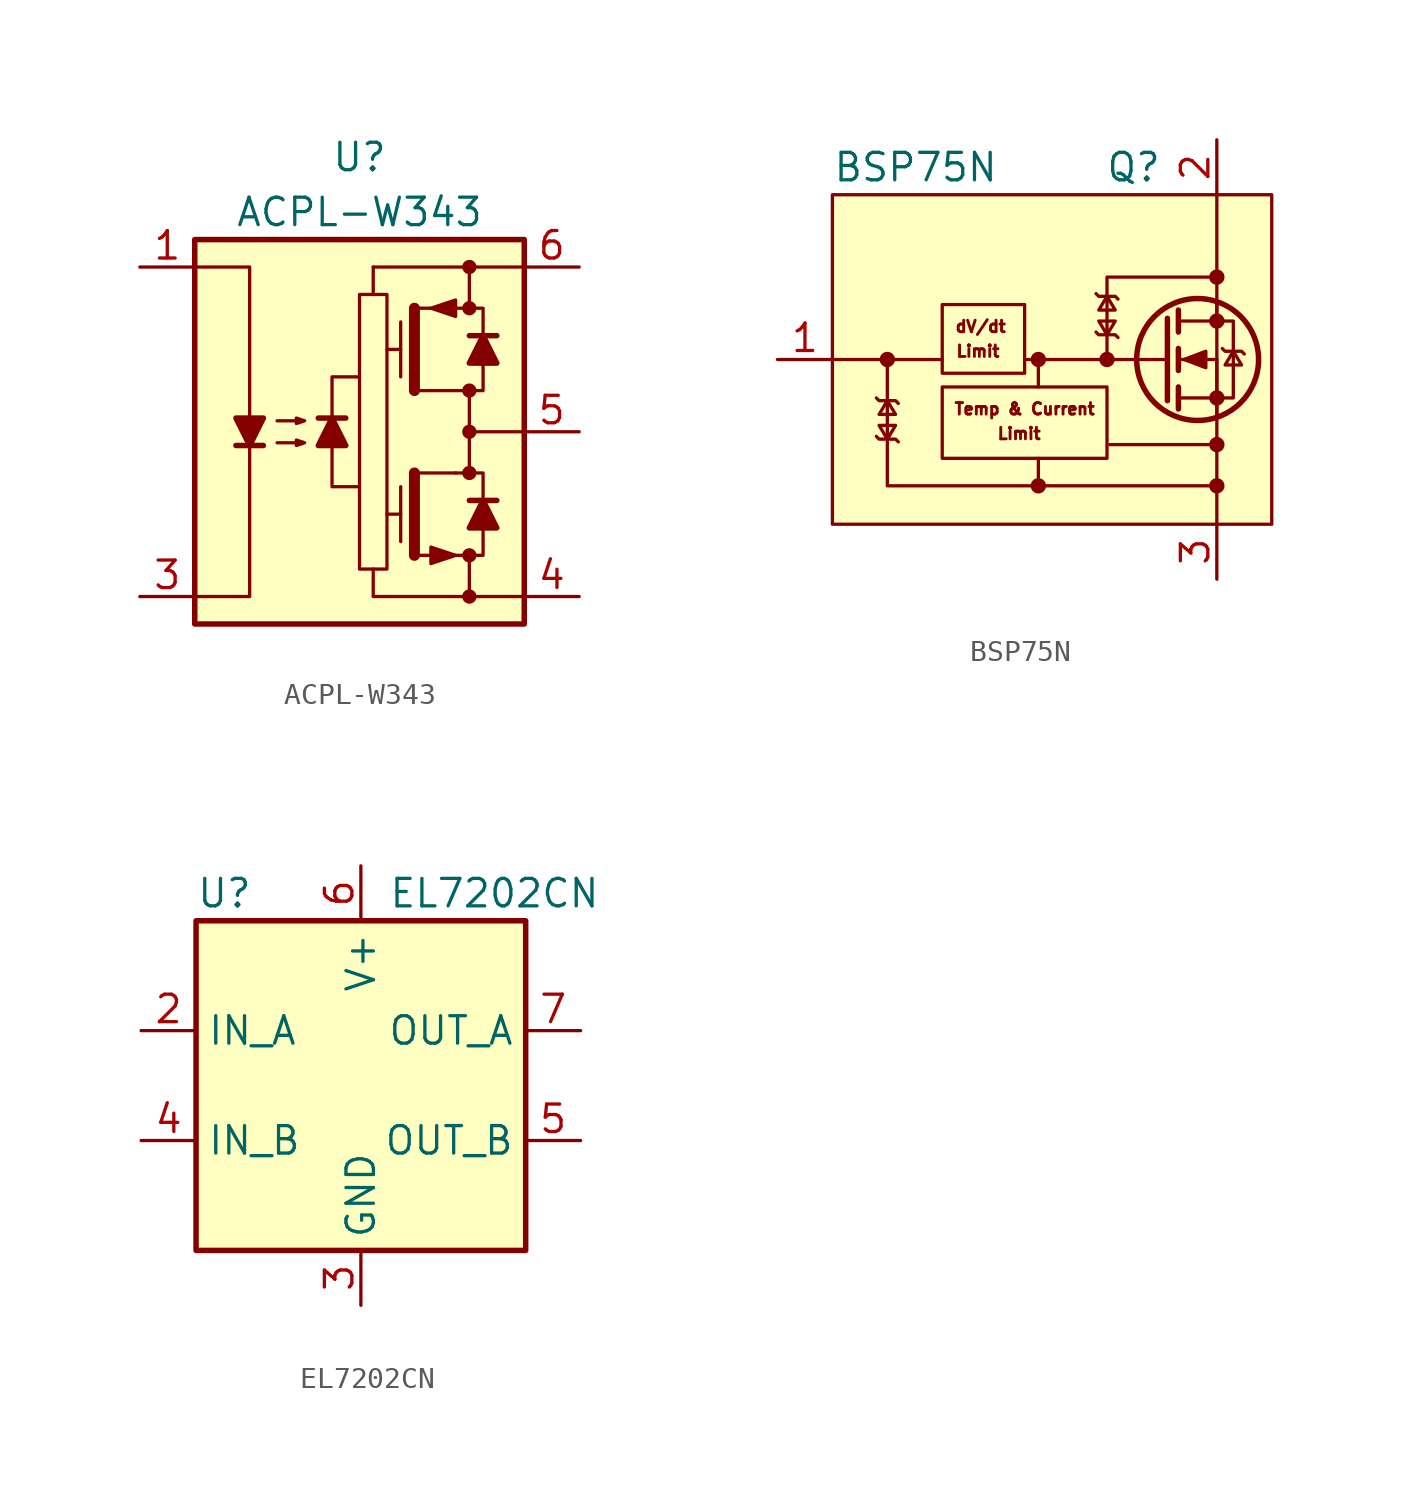
<source format=kicad_sym>
(kicad_symbol_lib
  (version 20211014)
  (generator kicad_symbol_editor)
  (symbol "ACPL-W343"
    (pin_names hide)
    (property "Reference" "U"
      (at 0 12.7 0)
      (effects (font (size 1.27 1.27))))
    (property "Value" "ACPL-W343"
      (at 0 10.16 0)
      (effects (font (size 1.27 1.27))))
    (symbol "ACPL-W343_0_1"
      (rectangle (start -7.62 8.89) (end 7.62 -8.89) (stroke (width 0.254) (type default) (color 0 0 0 0)) (fill (type background)))
      (polyline (pts (xy -5.715 -0.635) (xy -4.445 -0.635)) (stroke (width 0.254) (type default) (color 0 0 0 0)) (fill (type none)))
      (polyline (pts (xy -0.635 0.635) (xy -1.905 0.635)) (stroke (width 0.254) (type default) (color 0 0 0 0)) (fill (type none)))
      (polyline (pts (xy 1.27 -3.81) (xy 1.905 -3.81)) (stroke (width 0) (type default) (color 0 0 0 0)) (fill (type none)))
      (polyline (pts (xy 1.27 3.81) (xy 1.905 3.81)) (stroke (width 0) (type default) (color 0 0 0 0)) (fill (type none)))
      (polyline (pts (xy 1.905 -5.08) (xy 1.905 -2.54)) (stroke (width 0) (type default) (color 0 0 0 0)) (fill (type none)))
      (polyline (pts (xy 1.905 2.54) (xy 1.905 5.08)) (stroke (width 0) (type default) (color 0 0 0 0)) (fill (type none)))
      (polyline (pts (xy 2.54 -5.715) (xy 2.54 -1.905)) (stroke (width 0.508) (type default) (color 0 0 0 0)) (fill (type none)))
      (polyline (pts (xy 2.54 1.905) (xy 2.54 5.715)) (stroke (width 0.508) (type default) (color 0 0 0 0)) (fill (type none)))
      (polyline (pts (xy 4.445 -1.905) (xy 2.54 -1.905)) (stroke (width 0) (type default) (color 0 0 0 0)) (fill (type none)))
      (polyline (pts (xy 4.445 5.715) (xy 2.54 5.715)) (stroke (width 0) (type default) (color 0 0 0 0)) (fill (type none)))
      (polyline (pts (xy 5.08 -5.715) (xy 5.08 -7.62)) (stroke (width 0) (type default) (color 0 0 0 0)) (fill (type none)))
      (polyline (pts (xy 5.08 0) (xy 7.62 0)) (stroke (width 0) (type default) (color 0 0 0 0)) (fill (type none)))
      (polyline (pts (xy 5.08 1.905) (xy 5.08 -1.905)) (stroke (width 0) (type default) (color 0 0 0 0)) (fill (type none)))
      (polyline (pts (xy 5.08 7.62) (xy 5.08 5.715)) (stroke (width 0) (type default) (color 0 0 0 0)) (fill (type none)))
      (polyline (pts (xy 6.35 -3.175) (xy 5.08 -3.175)) (stroke (width 0.254) (type default) (color 0 0 0 0)) (fill (type none)))
      (polyline (pts (xy 6.35 4.445) (xy 5.08 4.445)) (stroke (width 0.254) (type default) (color 0 0 0 0)) (fill (type none)))
      (polyline (pts (xy 7.62 7.62) (xy 0.635 7.62)) (stroke (width 0) (type default) (color 0 0 0 0)) (fill (type none)))
      (polyline (pts (xy -1.27 -0.635) (xy -1.27 -2.54) (xy 0 -2.54)) (stroke (width 0) (type default) (color 0 0 0 0)) (fill (type none)))
      (polyline (pts (xy -1.27 0.635) (xy -1.27 2.54) (xy 0 2.54)) (stroke (width 0) (type default) (color 0 0 0 0)) (fill (type none)))
      (polyline (pts (xy 0.635 -6.35) (xy 0.635 -7.62) (xy 7.62 -7.62)) (stroke (width 0) (type default) (color 0 0 0 0)) (fill (type none)))
      (polyline (pts (xy 4.445 -1.905) (xy 5.715 -1.905) (xy 5.715 -3.175)) (stroke (width 0) (type default) (color 0 0 0 0)) (fill (type none)))
      (polyline (pts (xy 4.445 5.715) (xy 5.715 5.715) (xy 5.715 4.445)) (stroke (width 0) (type default) (color 0 0 0 0)) (fill (type none)))
      (polyline (pts (xy 5.715 -4.445) (xy 5.715 -5.715) (xy 2.54 -5.715)) (stroke (width 0) (type default) (color 0 0 0 0)) (fill (type none)))
      (polyline (pts (xy 5.715 3.175) (xy 5.715 1.905) (xy 2.54 1.905)) (stroke (width 0) (type default) (color 0 0 0 0)) (fill (type none)))
      (polyline (pts (xy -7.62 7.62) (xy -5.08 7.62) (xy -5.08 -7.62) (xy -7.62 -7.62)) (stroke (width 0) (type default) (color 0 0 0 0)) (fill (type none)))
      (polyline (pts (xy -5.08 -0.635) (xy -5.715 0.635) (xy -4.445 0.635) (xy -5.08 -0.635)) (stroke (width 0.254) (type default) (color 0 0 0 0)) (fill (type outline)))
      (polyline (pts (xy -1.27 0.635) (xy -0.635 -0.635) (xy -1.905 -0.635) (xy -1.27 0.635)) (stroke (width 0.254) (type default) (color 0 0 0 0)) (fill (type outline)))
      (polyline (pts (xy 3.302 5.715) (xy 4.445 6.096) (xy 4.445 5.334) (xy 3.302 5.715)) (stroke (width 0) (type default) (color 0 0 0 0)) (fill (type outline)))
      (polyline (pts (xy 4.445 -5.715) (xy 3.302 -5.334) (xy 3.302 -6.096) (xy 4.445 -5.715)) (stroke (width 0) (type default) (color 0 0 0 0)) (fill (type outline)))
      (polyline (pts (xy 5.715 -3.175) (xy 6.35 -4.445) (xy 5.08 -4.445) (xy 5.715 -3.175)) (stroke (width 0.254) (type default) (color 0 0 0 0)) (fill (type outline)))
      (polyline (pts (xy 5.715 4.445) (xy 6.35 3.175) (xy 5.08 3.175) (xy 5.715 4.445)) (stroke (width 0.254) (type default) (color 0 0 0 0)) (fill (type outline)))
      (polyline (pts (xy -3.81 -0.508) (xy -2.54 -0.508) (xy -2.921 -0.635) (xy -2.921 -0.381) (xy -2.54 -0.508)) (stroke (width 0) (type default) (color 0 0 0 0)) (fill (type none)))
      (polyline (pts (xy -3.81 0.508) (xy -2.54 0.508) (xy -2.921 0.381) (xy -2.921 0.635) (xy -2.54 0.508)) (stroke (width 0) (type default) (color 0 0 0 0)) (fill (type none)))
      (polyline (pts (xy 1.27 6.35) (xy 1.27 -6.35) (xy 0 -6.35) (xy 0 6.35) (xy 1.27 6.35)) (stroke (width 0) (type default) (color 0 0 0 0)) (fill (type none)))
      (rectangle (start 0.635 6.35) (end 0.635 6.35) (stroke (width 0) (type default) (color 0 0 0 0)) (fill (type none)))
      (rectangle (start 0.635 6.35) (end 0.635 7.62) (stroke (width 0) (type default) (color 0 0 0 0)) (fill (type none)))
      (circle (center 5.08 -7.62) (radius 0.254) (stroke (width 0) (type default) (color 0 0 0 0)) (fill (type outline)))
      (circle (center 5.08 -5.715) (radius 0.254) (stroke (width 0) (type default) (color 0 0 0 0)) (fill (type outline)))
      (circle (center 5.08 -1.905) (radius 0.254) (stroke (width 0) (type default) (color 0 0 0 0)) (fill (type outline)))
      (circle (center 5.08 0) (radius 0.254) (stroke (width 0) (type default) (color 0 0 0 0)) (fill (type outline)))
      (circle (center 5.08 1.905) (radius 0.254) (stroke (width 0) (type default) (color 0 0 0 0)) (fill (type outline)))
      (circle (center 5.08 5.715) (radius 0.254) (stroke (width 0) (type default) (color 0 0 0 0)) (fill (type outline)))
      (circle (center 5.08 7.62) (radius 0.254) (stroke (width 0) (type default) (color 0 0 0 0)) (fill (type outline))))
    (symbol "ACPL-W343_1_1"
      (pin passive line (at -10.16 7.62 0) (length 2.54) (name "A" (effects (font (size 1.27 1.27)))) (number "1" (effects (font (size 1.27 1.27)))))
      (pin no_connect line (at -7.62 0 0) (length 2.54) hide (name "NC" (effects (font (size 1.27 1.27)))) (number "2" (effects (font (size 1.27 1.27)))))
      (pin passive line (at -10.16 -7.62 0) (length 2.54) (name "C" (effects (font (size 1.27 1.27)))) (number "3" (effects (font (size 1.27 1.27)))))
      (pin power_in line (at 10.16 -7.62 180) (length 2.54) (name "VEE" (effects (font (size 1.27 1.27)))) (number "4" (effects (font (size 1.27 1.27)))))
      (pin output line (at 10.16 0 180) (length 2.54) (name "VO" (effects (font (size 1.27 1.27)))) (number "5" (effects (font (size 1.27 1.27)))))
      (pin power_in line (at 10.16 7.62 180) (length 2.54) (name "VCC" (effects (font (size 1.27 1.27)))) (number "6" (effects (font (size 1.27 1.27)))))))
  (symbol "BSP75N"
    (pin_names
      (offset 0) hide)
    (property "Reference" "Q"
      (at 5.08 8.89 0)
      (effects (font (size 1.27 1.27)) (justify right)))
    (property "Value" "BSP75N"
      (at -10.16 8.89 0)
      (effects (font (size 1.27 1.27)) (justify left)))
    (symbol "BSP75N_0_0"
      (rectangle (start -10.16 7.62) (end 10.16 -7.62) (stroke (width 0) (type default) (color 0 0 0 0)) (fill (type background)))
      (polyline (pts (xy 7.62 2.54) (xy 7.62 -7.62)) (stroke (width 0) (type default) (color 0 0 0 0)) (fill (type none)))
      (polyline (pts (xy 7.62 2.54) (xy 7.62 7.62)) (stroke (width 0) (type default) (color 0 0 0 0)) (fill (type none)))
      (polyline (pts (xy -0.635 -1.27) (xy -0.635 -0.635) (xy -0.635 0)) (stroke (width 0) (type default) (color 0 0 0 0)) (fill (type none)))
      (polyline (pts (xy 2.54 0) (xy 2.54 3.81) (xy 7.62 3.81)) (stroke (width 0) (type default) (color 0 0 0 0)) (fill (type none)))
      (polyline (pts (xy 7.62 -5.842) (xy -0.635 -5.842) (xy -0.635 -4.572)) (stroke (width 0) (type default) (color 0 0 0 0)) (fill (type none)))
      (polyline (pts (xy -0.635 -5.842) (xy -7.62 -5.842) (xy -7.62 0) (xy -5.08 0)) (stroke (width 0) (type default) (color 0 0 0 0)) (fill (type none)))
      (text "Limit" (at -1.524 -3.429 0) (effects (font (size 0.533 0.533))))
      (text "Temp & Current" (at -1.27 -2.286 0) (effects (font (size 0.533 0.533)))))
    (symbol "BSP75N_0_1"
      (rectangle (start -5.08 -1.27) (end 2.54 -4.572) (stroke (width 0) (type default) (color 0 0 0 0)) (fill (type none)))
      (polyline (pts (xy -7.62 0) (xy -10.16 0)) (stroke (width 0) (type default) (color 0 0 0 0)) (fill (type none)))
      (polyline (pts (xy 7.62 -3.937) (xy 2.667 -3.937)) (stroke (width 0) (type default) (color 0 0 0 0)) (fill (type none))))
    (symbol "BSP75N_1_1"
      (circle (center -7.62 0) (radius 0.279) (stroke (width 0) (type default) (color 0 0 0 0)) (fill (type outline)))
      (rectangle (start -5.08 2.54) (end -1.27 -0.635) (stroke (width 0) (type default) (color 0 0 0 0)) (fill (type none)))
      (circle (center -0.635 -5.842) (radius 0.279) (stroke (width 0) (type default) (color 0 0 0 0)) (fill (type outline)))
      (circle (center -0.635 0) (radius 0.279) (stroke (width 0) (type default) (color 0 0 0 0)) (fill (type outline)))
      (polyline (pts (xy 2.54 0) (xy -1.27 0)) (stroke (width 0) (type default) (color 0 0 0 0)) (fill (type none)))
      (polyline (pts (xy 2.54 0) (xy 5.334 0)) (stroke (width 0) (type default) (color 0 0 0 0)) (fill (type none)))
      (polyline (pts (xy 5.842 -1.778) (xy 7.62 -1.778)) (stroke (width 0) (type default) (color 0 0 0 0)) (fill (type none)))
      (polyline (pts (xy 5.842 -1.27) (xy 5.842 -2.286)) (stroke (width 0.254) (type default) (color 0 0 0 0)) (fill (type none)))
      (polyline (pts (xy 5.842 0) (xy 7.62 0)) (stroke (width 0) (type default) (color 0 0 0 0)) (fill (type none)))
      (polyline (pts (xy 5.842 0.508) (xy 5.842 -0.508)) (stroke (width 0.254) (type default) (color 0 0 0 0)) (fill (type none)))
      (polyline (pts (xy 5.842 1.778) (xy 7.62 1.778)) (stroke (width 0) (type default) (color 0 0 0 0)) (fill (type none)))
      (polyline (pts (xy 5.842 2.286) (xy 5.842 1.27)) (stroke (width 0.254) (type default) (color 0 0 0 0)) (fill (type none)))
      (polyline (pts (xy 7.62 -1.778) (xy 7.62 -2.54)) (stroke (width 0) (type default) (color 0 0 0 0)) (fill (type none)))
      (polyline (pts (xy 7.62 -1.778) (xy 7.62 0)) (stroke (width 0) (type default) (color 0 0 0 0)) (fill (type none)))
      (polyline (pts (xy 7.62 2.54) (xy 7.62 1.778)) (stroke (width 0) (type default) (color 0 0 0 0)) (fill (type none)))
      (polyline (pts (xy 5.334 1.905) (xy 5.334 -1.905) (xy 5.334 -1.905)) (stroke (width 0.254) (type default) (color 0 0 0 0)) (fill (type none)))
      (polyline (pts (xy -8.128 -1.778) (xy -8.001 -1.905) (xy -7.239 -1.905) (xy -7.112 -2.032)) (stroke (width 0) (type default) (color 0 0 0 0)) (fill (type none)))
      (polyline (pts (xy -7.62 -3.683) (xy -7.239 -3.048) (xy -8.001 -3.048) (xy -7.62 -3.683)) (stroke (width 0) (type default) (color 0 0 0 0)) (fill (type none)))
      (polyline (pts (xy -7.62 -1.905) (xy -8.001 -2.54) (xy -7.239 -2.54) (xy -7.62 -1.905)) (stroke (width 0) (type default) (color 0 0 0 0)) (fill (type none)))
      (polyline (pts (xy -7.112 -3.81) (xy -7.239 -3.683) (xy -8.001 -3.683) (xy -8.128 -3.556)) (stroke (width 0) (type default) (color 0 0 0 0)) (fill (type none)))
      (polyline (pts (xy 2.032 3.048) (xy 2.159 2.921) (xy 2.921 2.921) (xy 3.048 2.794)) (stroke (width 0) (type default) (color 0 0 0 0)) (fill (type none)))
      (polyline (pts (xy 2.54 1.143) (xy 2.921 1.778) (xy 2.159 1.778) (xy 2.54 1.143)) (stroke (width 0) (type default) (color 0 0 0 0)) (fill (type none)))
      (polyline (pts (xy 2.54 2.921) (xy 2.159 2.286) (xy 2.921 2.286) (xy 2.54 2.921)) (stroke (width 0) (type default) (color 0 0 0 0)) (fill (type none)))
      (polyline (pts (xy 3.048 1.016) (xy 2.921 1.143) (xy 2.159 1.143) (xy 2.032 1.27)) (stroke (width 0) (type default) (color 0 0 0 0)) (fill (type none)))
      (polyline (pts (xy 6.096 0) (xy 7.112 0.381) (xy 7.112 -0.381) (xy 6.096 0)) (stroke (width 0) (type default) (color 0 0 0 0)) (fill (type outline)))
      (polyline (pts (xy 7.62 -1.778) (xy 8.382 -1.778) (xy 8.382 1.778) (xy 7.62 1.778)) (stroke (width 0) (type default) (color 0 0 0 0)) (fill (type none)))
      (polyline (pts (xy 7.874 0.508) (xy 8.001 0.381) (xy 8.763 0.381) (xy 8.89 0.254)) (stroke (width 0) (type default) (color 0 0 0 0)) (fill (type none)))
      (polyline (pts (xy 8.382 0.381) (xy 8.001 -0.254) (xy 8.763 -0.254) (xy 8.382 0.381)) (stroke (width 0) (type default) (color 0 0 0 0)) (fill (type none)))
      (circle (center 2.54 0) (radius 0.279) (stroke (width 0) (type default) (color 0 0 0 0)) (fill (type outline)))
      (circle (center 6.731 0) (radius 2.819) (stroke (width 0.254) (type default) (color 0 0 0 0)) (fill (type none)))
      (circle (center 7.62 -5.842) (radius 0.279) (stroke (width 0) (type default) (color 0 0 0 0)) (fill (type outline)))
      (circle (center 7.62 -3.937) (radius 0.279) (stroke (width 0) (type default) (color 0 0 0 0)) (fill (type outline)))
      (circle (center 7.62 -1.778) (radius 0.279) (stroke (width 0) (type default) (color 0 0 0 0)) (fill (type outline)))
      (circle (center 7.62 1.778) (radius 0.279) (stroke (width 0) (type default) (color 0 0 0 0)) (fill (type outline)))
      (circle (center 7.62 3.81) (radius 0.279) (stroke (width 0) (type default) (color 0 0 0 0)) (fill (type outline)))
      (text "dV/dt" (at -3.302 1.524 0) (effects (font (size 0.533 0.533))))
      (text "Limit" (at -3.429 0.381 0) (effects (font (size 0.533 0.533))))
      (pin input line (at -12.7 0 0) (length 2.54) (name "G" (effects (font (size 1.27 1.27)))) (number "1" (effects (font (size 1.27 1.27)))))
      (pin passive line (at 7.62 10.16 270) (length 2.54) (name "D" (effects (font (size 1.27 1.27)))) (number "2" (effects (font (size 1.27 1.27)))))
      (pin passive line (at 7.62 -10.16 90) (length 2.54) (name "S" (effects (font (size 1.27 1.27)))) (number "3" (effects (font (size 1.27 1.27)))))
      (pin passive line (at 7.62 -10.16 90) (length 2.54) hide (name "S" (effects (font (size 1.27 1.27)))) (number "4" (effects (font (size 1.27 1.27)))))))
  (symbol "EL7202CN"
    (property "Reference" "U"
      (at -7.62 8.89 0)
      (effects (font (size 1.27 1.27)) (justify left)))
    (property "Value" "EL7202CN"
      (at 1.27 8.89 0)
      (effects (font (size 1.27 1.27)) (justify left)))
    (symbol "EL7202CN_0_1"
      (rectangle (start -7.62 -7.62) (end 7.62 7.62) (stroke (width 0.254) (type default) (color 0 0 0 0)) (fill (type background))))
    (symbol "EL7202CN_1_1"
      (pin no_connect line (at -7.62 0 0) (length 2.54) hide (name "NC" (effects (font (size 1.27 1.27)))) (number "1" (effects (font (size 1.27 1.27)))))
      (pin input line (at -10.16 2.54 0) (length 2.54) (name "IN_A" (effects (font (size 1.27 1.27)))) (number "2" (effects (font (size 1.27 1.27)))))
      (pin power_in line (at 0 -10.16 90) (length 2.54) (name "GND" (effects (font (size 1.27 1.27)))) (number "3" (effects (font (size 1.27 1.27)))))
      (pin input line (at -10.16 -2.54 0) (length 2.54) (name "IN_B" (effects (font (size 1.27 1.27)))) (number "4" (effects (font (size 1.27 1.27)))))
      (pin output line (at 10.16 -2.54 180) (length 2.54) (name "OUT_B" (effects (font (size 1.27 1.27)))) (number "5" (effects (font (size 1.27 1.27)))))
      (pin power_in line (at 0 10.16 270) (length 2.54) (name "V+" (effects (font (size 1.27 1.27)))) (number "6" (effects (font (size 1.27 1.27)))))
      (pin output line (at 10.16 2.54 180) (length 2.54) (name "OUT_A" (effects (font (size 1.27 1.27)))) (number "7" (effects (font (size 1.27 1.27)))))
      (pin no_connect line (at 7.62 0 180) (length 2.54) hide (name "NC" (effects (font (size 1.27 1.27)))) (number "8" (effects (font (size 1.27 1.27))))))))
</source>
